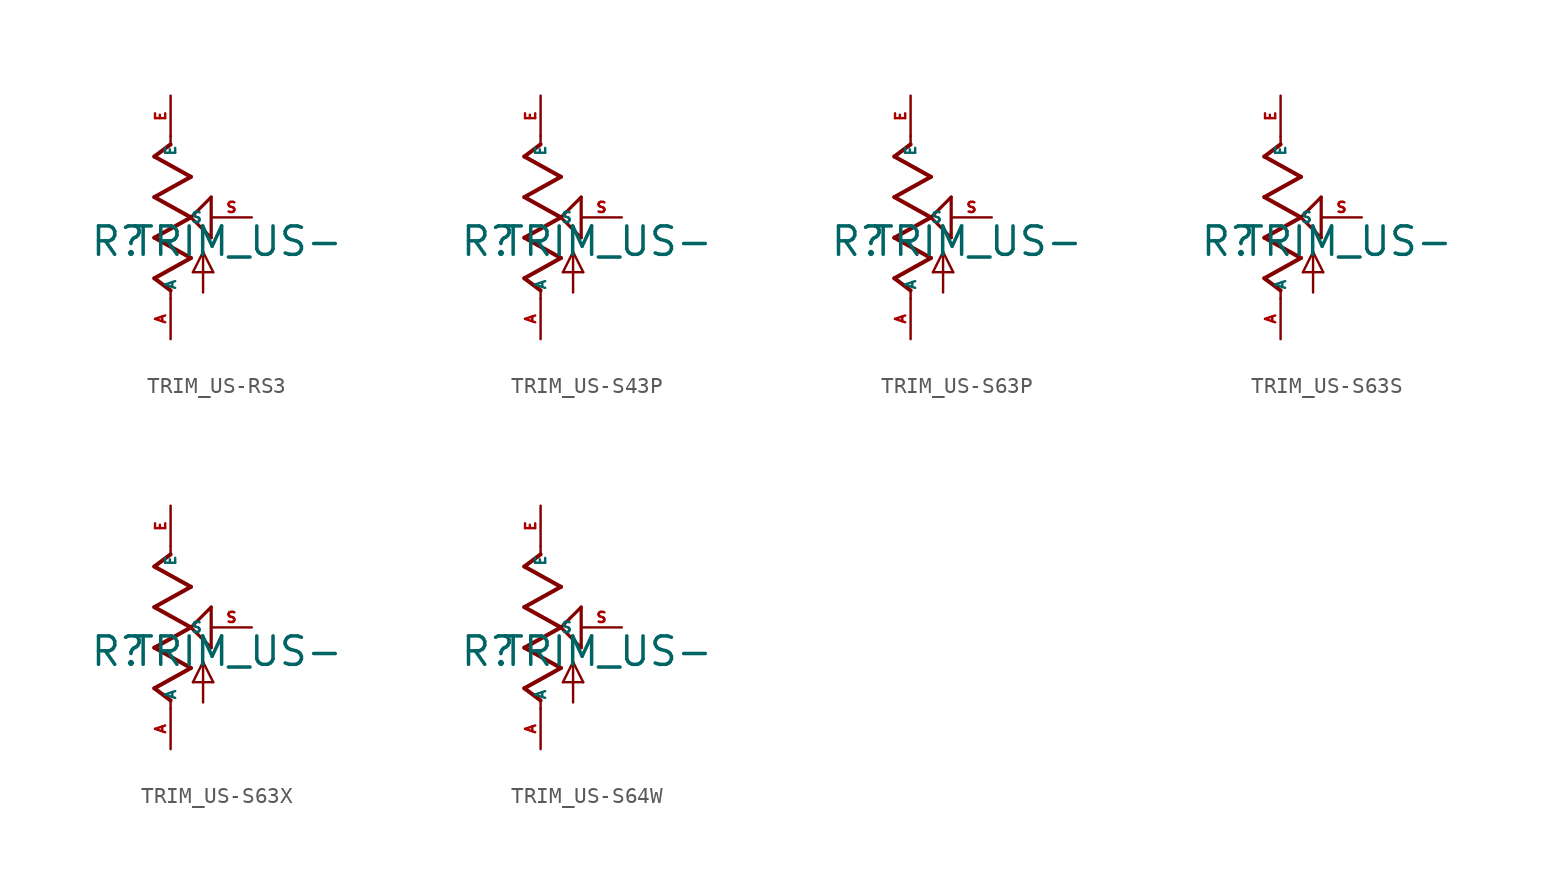
<source format=kicad_sym>
(kicad_symbol_lib
  (version 20220914)
  (generator Eagle2Kicad)
  (symbol "TRIM_US-RS3"
    (property "Reference" "R"
      (at -5.08 -2.54 0)
      (effects (font (size 1.778 1.778) (thickness 0.22)) (justify left bottom)))
    (property "Value" "TRIM_US-"
      (at -2.54 -2.54 0)
      (effects (font (size 1.778 1.778) (thickness 0.22)) (justify left bottom)))
    (polyline
      (pts (xy 0 -5.08) (xy 0 -4.572))
      (stroke (width 0.152) (type default))
      (fill (type none)))
    (polyline
      (pts (xy 0 -4.572) (xy -1.016 -3.81))
      (stroke (width 0.254) (type default))
      (fill (type none)))
    (polyline
      (pts (xy -1.016 -3.81) (xy 1.27 -2.54))
      (stroke (width 0.254) (type default))
      (fill (type none)))
    (polyline
      (pts (xy 1.27 -2.54) (xy -1.016 -1.27))
      (stroke (width 0.254) (type default))
      (fill (type none)))
    (polyline
      (pts (xy -1.016 -1.27) (xy 1.27 0))
      (stroke (width 0.254) (type default))
      (fill (type none)))
    (polyline
      (pts (xy 1.27 0) (xy -1.016 1.27))
      (stroke (width 0.254) (type default))
      (fill (type none)))
    (polyline
      (pts (xy -1.016 1.27) (xy 1.27 2.54))
      (stroke (width 0.254) (type default))
      (fill (type none)))
    (polyline
      (pts (xy 1.27 2.54) (xy -1.016 3.81))
      (stroke (width 0.254) (type default))
      (fill (type none)))
    (polyline
      (pts (xy -1.016 3.81) (xy 0 4.572))
      (stroke (width 0.254) (type default))
      (fill (type none)))
    (polyline
      (pts (xy 0 4.572) (xy 0 5.08))
      (stroke (width 0.152) (type default))
      (fill (type none)))
    (polyline
      (pts (xy 1.27 0) (xy 2.54 1.27))
      (stroke (width 0.203) (type default))
      (fill (type none)))
    (polyline
      (pts (xy 2.54 -1.27) (xy 1.27 0))
      (stroke (width 0.203) (type default))
      (fill (type none)))
    (polyline
      (pts (xy 2.54 1.27) (xy 2.54 -1.27))
      (stroke (width 0.203) (type default))
      (fill (type none)))
    (polyline
      (pts (xy 2.032 -4.699) (xy 2.032 -2.159))
      (stroke (width 0.152) (type default))
      (fill (type none)))
    (polyline
      (pts (xy 2.032 -2.159) (xy 2.667 -3.429))
      (stroke (width 0.152) (type default))
      (fill (type none)))
    (polyline
      (pts (xy 2.667 -3.429) (xy 1.397 -3.429))
      (stroke (width 0.152) (type default))
      (fill (type none)))
    (polyline
      (pts (xy 1.397 -3.429) (xy 2.032 -2.159))
      (stroke (width 0.152) (type default))
      (fill (type none)))
    (pin passive line
      (at 0 -7.62 90)
      (length 2.54)
      (name "A" (effects (font (size 0.635 0.635) (thickness 0.08)) (justify left bottom)))
      (number "A" (effects (font (size 0.635 0.635) (thickness 0.08)) (justify left bottom))))
    (pin passive line
      (at 0 7.62 270)
      (length 2.54)
      (name "E" (effects (font (size 0.635 0.635) (thickness 0.08)) (justify left bottom)))
      (number "E" (effects (font (size 0.635 0.635) (thickness 0.08)) (justify left bottom))))
    (pin passive line
      (at 5.08 0 180)
      (length 2.54)
      (name "S" (effects (font (size 0.635 0.635) (thickness 0.08)) (justify left bottom)))
      (number "S" (effects (font (size 0.635 0.635) (thickness 0.08)) (justify left bottom)))))
  (symbol "TRIM_US-S43P"
    (property "Reference" "R"
      (at -5.08 -2.54 0)
      (effects (font (size 1.778 1.778) (thickness 0.22)) (justify left bottom)))
    (property "Value" "TRIM_US-"
      (at -2.54 -2.54 0)
      (effects (font (size 1.778 1.778) (thickness 0.22)) (justify left bottom)))
    (polyline
      (pts (xy 0 -5.08) (xy 0 -4.572))
      (stroke (width 0.152) (type default))
      (fill (type none)))
    (polyline
      (pts (xy 0 -4.572) (xy -1.016 -3.81))
      (stroke (width 0.254) (type default))
      (fill (type none)))
    (polyline
      (pts (xy -1.016 -3.81) (xy 1.27 -2.54))
      (stroke (width 0.254) (type default))
      (fill (type none)))
    (polyline
      (pts (xy 1.27 -2.54) (xy -1.016 -1.27))
      (stroke (width 0.254) (type default))
      (fill (type none)))
    (polyline
      (pts (xy -1.016 -1.27) (xy 1.27 0))
      (stroke (width 0.254) (type default))
      (fill (type none)))
    (polyline
      (pts (xy 1.27 0) (xy -1.016 1.27))
      (stroke (width 0.254) (type default))
      (fill (type none)))
    (polyline
      (pts (xy -1.016 1.27) (xy 1.27 2.54))
      (stroke (width 0.254) (type default))
      (fill (type none)))
    (polyline
      (pts (xy 1.27 2.54) (xy -1.016 3.81))
      (stroke (width 0.254) (type default))
      (fill (type none)))
    (polyline
      (pts (xy -1.016 3.81) (xy 0 4.572))
      (stroke (width 0.254) (type default))
      (fill (type none)))
    (polyline
      (pts (xy 0 4.572) (xy 0 5.08))
      (stroke (width 0.152) (type default))
      (fill (type none)))
    (polyline
      (pts (xy 1.27 0) (xy 2.54 1.27))
      (stroke (width 0.203) (type default))
      (fill (type none)))
    (polyline
      (pts (xy 2.54 -1.27) (xy 1.27 0))
      (stroke (width 0.203) (type default))
      (fill (type none)))
    (polyline
      (pts (xy 2.54 1.27) (xy 2.54 -1.27))
      (stroke (width 0.203) (type default))
      (fill (type none)))
    (polyline
      (pts (xy 2.032 -4.699) (xy 2.032 -2.159))
      (stroke (width 0.152) (type default))
      (fill (type none)))
    (polyline
      (pts (xy 2.032 -2.159) (xy 2.667 -3.429))
      (stroke (width 0.152) (type default))
      (fill (type none)))
    (polyline
      (pts (xy 2.667 -3.429) (xy 1.397 -3.429))
      (stroke (width 0.152) (type default))
      (fill (type none)))
    (polyline
      (pts (xy 1.397 -3.429) (xy 2.032 -2.159))
      (stroke (width 0.152) (type default))
      (fill (type none)))
    (pin passive line
      (at 0 -7.62 90)
      (length 2.54)
      (name "A" (effects (font (size 0.635 0.635) (thickness 0.08)) (justify left bottom)))
      (number "A" (effects (font (size 0.635 0.635) (thickness 0.08)) (justify left bottom))))
    (pin passive line
      (at 0 7.62 270)
      (length 2.54)
      (name "E" (effects (font (size 0.635 0.635) (thickness 0.08)) (justify left bottom)))
      (number "E" (effects (font (size 0.635 0.635) (thickness 0.08)) (justify left bottom))))
    (pin passive line
      (at 5.08 0 180)
      (length 2.54)
      (name "S" (effects (font (size 0.635 0.635) (thickness 0.08)) (justify left bottom)))
      (number "S" (effects (font (size 0.635 0.635) (thickness 0.08)) (justify left bottom)))))
  (symbol "TRIM_US-S63P"
    (property "Reference" "R"
      (at -5.08 -2.54 0)
      (effects (font (size 1.778 1.778) (thickness 0.22)) (justify left bottom)))
    (property "Value" "TRIM_US-"
      (at -2.54 -2.54 0)
      (effects (font (size 1.778 1.778) (thickness 0.22)) (justify left bottom)))
    (polyline
      (pts (xy 0 -5.08) (xy 0 -4.572))
      (stroke (width 0.152) (type default))
      (fill (type none)))
    (polyline
      (pts (xy 0 -4.572) (xy -1.016 -3.81))
      (stroke (width 0.254) (type default))
      (fill (type none)))
    (polyline
      (pts (xy -1.016 -3.81) (xy 1.27 -2.54))
      (stroke (width 0.254) (type default))
      (fill (type none)))
    (polyline
      (pts (xy 1.27 -2.54) (xy -1.016 -1.27))
      (stroke (width 0.254) (type default))
      (fill (type none)))
    (polyline
      (pts (xy -1.016 -1.27) (xy 1.27 0))
      (stroke (width 0.254) (type default))
      (fill (type none)))
    (polyline
      (pts (xy 1.27 0) (xy -1.016 1.27))
      (stroke (width 0.254) (type default))
      (fill (type none)))
    (polyline
      (pts (xy -1.016 1.27) (xy 1.27 2.54))
      (stroke (width 0.254) (type default))
      (fill (type none)))
    (polyline
      (pts (xy 1.27 2.54) (xy -1.016 3.81))
      (stroke (width 0.254) (type default))
      (fill (type none)))
    (polyline
      (pts (xy -1.016 3.81) (xy 0 4.572))
      (stroke (width 0.254) (type default))
      (fill (type none)))
    (polyline
      (pts (xy 0 4.572) (xy 0 5.08))
      (stroke (width 0.152) (type default))
      (fill (type none)))
    (polyline
      (pts (xy 1.27 0) (xy 2.54 1.27))
      (stroke (width 0.203) (type default))
      (fill (type none)))
    (polyline
      (pts (xy 2.54 -1.27) (xy 1.27 0))
      (stroke (width 0.203) (type default))
      (fill (type none)))
    (polyline
      (pts (xy 2.54 1.27) (xy 2.54 -1.27))
      (stroke (width 0.203) (type default))
      (fill (type none)))
    (polyline
      (pts (xy 2.032 -4.699) (xy 2.032 -2.159))
      (stroke (width 0.152) (type default))
      (fill (type none)))
    (polyline
      (pts (xy 2.032 -2.159) (xy 2.667 -3.429))
      (stroke (width 0.152) (type default))
      (fill (type none)))
    (polyline
      (pts (xy 2.667 -3.429) (xy 1.397 -3.429))
      (stroke (width 0.152) (type default))
      (fill (type none)))
    (polyline
      (pts (xy 1.397 -3.429) (xy 2.032 -2.159))
      (stroke (width 0.152) (type default))
      (fill (type none)))
    (pin passive line
      (at 0 -7.62 90)
      (length 2.54)
      (name "A" (effects (font (size 0.635 0.635) (thickness 0.08)) (justify left bottom)))
      (number "A" (effects (font (size 0.635 0.635) (thickness 0.08)) (justify left bottom))))
    (pin passive line
      (at 0 7.62 270)
      (length 2.54)
      (name "E" (effects (font (size 0.635 0.635) (thickness 0.08)) (justify left bottom)))
      (number "E" (effects (font (size 0.635 0.635) (thickness 0.08)) (justify left bottom))))
    (pin passive line
      (at 5.08 0 180)
      (length 2.54)
      (name "S" (effects (font (size 0.635 0.635) (thickness 0.08)) (justify left bottom)))
      (number "S" (effects (font (size 0.635 0.635) (thickness 0.08)) (justify left bottom)))))
  (symbol "TRIM_US-S63S"
    (property "Reference" "R"
      (at -5.08 -2.54 0)
      (effects (font (size 1.778 1.778) (thickness 0.22)) (justify left bottom)))
    (property "Value" "TRIM_US-"
      (at -2.54 -2.54 0)
      (effects (font (size 1.778 1.778) (thickness 0.22)) (justify left bottom)))
    (polyline
      (pts (xy 0 -5.08) (xy 0 -4.572))
      (stroke (width 0.152) (type default))
      (fill (type none)))
    (polyline
      (pts (xy 0 -4.572) (xy -1.016 -3.81))
      (stroke (width 0.254) (type default))
      (fill (type none)))
    (polyline
      (pts (xy -1.016 -3.81) (xy 1.27 -2.54))
      (stroke (width 0.254) (type default))
      (fill (type none)))
    (polyline
      (pts (xy 1.27 -2.54) (xy -1.016 -1.27))
      (stroke (width 0.254) (type default))
      (fill (type none)))
    (polyline
      (pts (xy -1.016 -1.27) (xy 1.27 0))
      (stroke (width 0.254) (type default))
      (fill (type none)))
    (polyline
      (pts (xy 1.27 0) (xy -1.016 1.27))
      (stroke (width 0.254) (type default))
      (fill (type none)))
    (polyline
      (pts (xy -1.016 1.27) (xy 1.27 2.54))
      (stroke (width 0.254) (type default))
      (fill (type none)))
    (polyline
      (pts (xy 1.27 2.54) (xy -1.016 3.81))
      (stroke (width 0.254) (type default))
      (fill (type none)))
    (polyline
      (pts (xy -1.016 3.81) (xy 0 4.572))
      (stroke (width 0.254) (type default))
      (fill (type none)))
    (polyline
      (pts (xy 0 4.572) (xy 0 5.08))
      (stroke (width 0.152) (type default))
      (fill (type none)))
    (polyline
      (pts (xy 1.27 0) (xy 2.54 1.27))
      (stroke (width 0.203) (type default))
      (fill (type none)))
    (polyline
      (pts (xy 2.54 -1.27) (xy 1.27 0))
      (stroke (width 0.203) (type default))
      (fill (type none)))
    (polyline
      (pts (xy 2.54 1.27) (xy 2.54 -1.27))
      (stroke (width 0.203) (type default))
      (fill (type none)))
    (polyline
      (pts (xy 2.032 -4.699) (xy 2.032 -2.159))
      (stroke (width 0.152) (type default))
      (fill (type none)))
    (polyline
      (pts (xy 2.032 -2.159) (xy 2.667 -3.429))
      (stroke (width 0.152) (type default))
      (fill (type none)))
    (polyline
      (pts (xy 2.667 -3.429) (xy 1.397 -3.429))
      (stroke (width 0.152) (type default))
      (fill (type none)))
    (polyline
      (pts (xy 1.397 -3.429) (xy 2.032 -2.159))
      (stroke (width 0.152) (type default))
      (fill (type none)))
    (pin passive line
      (at 0 -7.62 90)
      (length 2.54)
      (name "A" (effects (font (size 0.635 0.635) (thickness 0.08)) (justify left bottom)))
      (number "A" (effects (font (size 0.635 0.635) (thickness 0.08)) (justify left bottom))))
    (pin passive line
      (at 0 7.62 270)
      (length 2.54)
      (name "E" (effects (font (size 0.635 0.635) (thickness 0.08)) (justify left bottom)))
      (number "E" (effects (font (size 0.635 0.635) (thickness 0.08)) (justify left bottom))))
    (pin passive line
      (at 5.08 0 180)
      (length 2.54)
      (name "S" (effects (font (size 0.635 0.635) (thickness 0.08)) (justify left bottom)))
      (number "S" (effects (font (size 0.635 0.635) (thickness 0.08)) (justify left bottom)))))
  (symbol "TRIM_US-S63X"
    (property "Reference" "R"
      (at -5.08 -2.54 0)
      (effects (font (size 1.778 1.778) (thickness 0.22)) (justify left bottom)))
    (property "Value" "TRIM_US-"
      (at -2.54 -2.54 0)
      (effects (font (size 1.778 1.778) (thickness 0.22)) (justify left bottom)))
    (polyline
      (pts (xy 0 -5.08) (xy 0 -4.572))
      (stroke (width 0.152) (type default))
      (fill (type none)))
    (polyline
      (pts (xy 0 -4.572) (xy -1.016 -3.81))
      (stroke (width 0.254) (type default))
      (fill (type none)))
    (polyline
      (pts (xy -1.016 -3.81) (xy 1.27 -2.54))
      (stroke (width 0.254) (type default))
      (fill (type none)))
    (polyline
      (pts (xy 1.27 -2.54) (xy -1.016 -1.27))
      (stroke (width 0.254) (type default))
      (fill (type none)))
    (polyline
      (pts (xy -1.016 -1.27) (xy 1.27 0))
      (stroke (width 0.254) (type default))
      (fill (type none)))
    (polyline
      (pts (xy 1.27 0) (xy -1.016 1.27))
      (stroke (width 0.254) (type default))
      (fill (type none)))
    (polyline
      (pts (xy -1.016 1.27) (xy 1.27 2.54))
      (stroke (width 0.254) (type default))
      (fill (type none)))
    (polyline
      (pts (xy 1.27 2.54) (xy -1.016 3.81))
      (stroke (width 0.254) (type default))
      (fill (type none)))
    (polyline
      (pts (xy -1.016 3.81) (xy 0 4.572))
      (stroke (width 0.254) (type default))
      (fill (type none)))
    (polyline
      (pts (xy 0 4.572) (xy 0 5.08))
      (stroke (width 0.152) (type default))
      (fill (type none)))
    (polyline
      (pts (xy 1.27 0) (xy 2.54 1.27))
      (stroke (width 0.203) (type default))
      (fill (type none)))
    (polyline
      (pts (xy 2.54 -1.27) (xy 1.27 0))
      (stroke (width 0.203) (type default))
      (fill (type none)))
    (polyline
      (pts (xy 2.54 1.27) (xy 2.54 -1.27))
      (stroke (width 0.203) (type default))
      (fill (type none)))
    (polyline
      (pts (xy 2.032 -4.699) (xy 2.032 -2.159))
      (stroke (width 0.152) (type default))
      (fill (type none)))
    (polyline
      (pts (xy 2.032 -2.159) (xy 2.667 -3.429))
      (stroke (width 0.152) (type default))
      (fill (type none)))
    (polyline
      (pts (xy 2.667 -3.429) (xy 1.397 -3.429))
      (stroke (width 0.152) (type default))
      (fill (type none)))
    (polyline
      (pts (xy 1.397 -3.429) (xy 2.032 -2.159))
      (stroke (width 0.152) (type default))
      (fill (type none)))
    (pin passive line
      (at 0 -7.62 90)
      (length 2.54)
      (name "A" (effects (font (size 0.635 0.635) (thickness 0.08)) (justify left bottom)))
      (number "A" (effects (font (size 0.635 0.635) (thickness 0.08)) (justify left bottom))))
    (pin passive line
      (at 0 7.62 270)
      (length 2.54)
      (name "E" (effects (font (size 0.635 0.635) (thickness 0.08)) (justify left bottom)))
      (number "E" (effects (font (size 0.635 0.635) (thickness 0.08)) (justify left bottom))))
    (pin passive line
      (at 5.08 0 180)
      (length 2.54)
      (name "S" (effects (font (size 0.635 0.635) (thickness 0.08)) (justify left bottom)))
      (number "S" (effects (font (size 0.635 0.635) (thickness 0.08)) (justify left bottom)))))
  (symbol "TRIM_US-S64W"
    (property "Reference" "R"
      (at -5.08 -2.54 0)
      (effects (font (size 1.778 1.778) (thickness 0.22)) (justify left bottom)))
    (property "Value" "TRIM_US-"
      (at -2.54 -2.54 0)
      (effects (font (size 1.778 1.778) (thickness 0.22)) (justify left bottom)))
    (polyline
      (pts (xy 0 -5.08) (xy 0 -4.572))
      (stroke (width 0.152) (type default))
      (fill (type none)))
    (polyline
      (pts (xy 0 -4.572) (xy -1.016 -3.81))
      (stroke (width 0.254) (type default))
      (fill (type none)))
    (polyline
      (pts (xy -1.016 -3.81) (xy 1.27 -2.54))
      (stroke (width 0.254) (type default))
      (fill (type none)))
    (polyline
      (pts (xy 1.27 -2.54) (xy -1.016 -1.27))
      (stroke (width 0.254) (type default))
      (fill (type none)))
    (polyline
      (pts (xy -1.016 -1.27) (xy 1.27 0))
      (stroke (width 0.254) (type default))
      (fill (type none)))
    (polyline
      (pts (xy 1.27 0) (xy -1.016 1.27))
      (stroke (width 0.254) (type default))
      (fill (type none)))
    (polyline
      (pts (xy -1.016 1.27) (xy 1.27 2.54))
      (stroke (width 0.254) (type default))
      (fill (type none)))
    (polyline
      (pts (xy 1.27 2.54) (xy -1.016 3.81))
      (stroke (width 0.254) (type default))
      (fill (type none)))
    (polyline
      (pts (xy -1.016 3.81) (xy 0 4.572))
      (stroke (width 0.254) (type default))
      (fill (type none)))
    (polyline
      (pts (xy 0 4.572) (xy 0 5.08))
      (stroke (width 0.152) (type default))
      (fill (type none)))
    (polyline
      (pts (xy 1.27 0) (xy 2.54 1.27))
      (stroke (width 0.203) (type default))
      (fill (type none)))
    (polyline
      (pts (xy 2.54 -1.27) (xy 1.27 0))
      (stroke (width 0.203) (type default))
      (fill (type none)))
    (polyline
      (pts (xy 2.54 1.27) (xy 2.54 -1.27))
      (stroke (width 0.203) (type default))
      (fill (type none)))
    (polyline
      (pts (xy 2.032 -4.699) (xy 2.032 -2.159))
      (stroke (width 0.152) (type default))
      (fill (type none)))
    (polyline
      (pts (xy 2.032 -2.159) (xy 2.667 -3.429))
      (stroke (width 0.152) (type default))
      (fill (type none)))
    (polyline
      (pts (xy 2.667 -3.429) (xy 1.397 -3.429))
      (stroke (width 0.152) (type default))
      (fill (type none)))
    (polyline
      (pts (xy 1.397 -3.429) (xy 2.032 -2.159))
      (stroke (width 0.152) (type default))
      (fill (type none)))
    (pin passive line
      (at 0 -7.62 90)
      (length 2.54)
      (name "A" (effects (font (size 0.635 0.635) (thickness 0.08)) (justify left bottom)))
      (number "A" (effects (font (size 0.635 0.635) (thickness 0.08)) (justify left bottom))))
    (pin passive line
      (at 0 7.62 270)
      (length 2.54)
      (name "E" (effects (font (size 0.635 0.635) (thickness 0.08)) (justify left bottom)))
      (number "E" (effects (font (size 0.635 0.635) (thickness 0.08)) (justify left bottom))))
    (pin passive line
      (at 5.08 0 180)
      (length 2.54)
      (name "S" (effects (font (size 0.635 0.635) (thickness 0.08)) (justify left bottom)))
      (number "S" (effects (font (size 0.635 0.635) (thickness 0.08)) (justify left bottom))))))
</source>
